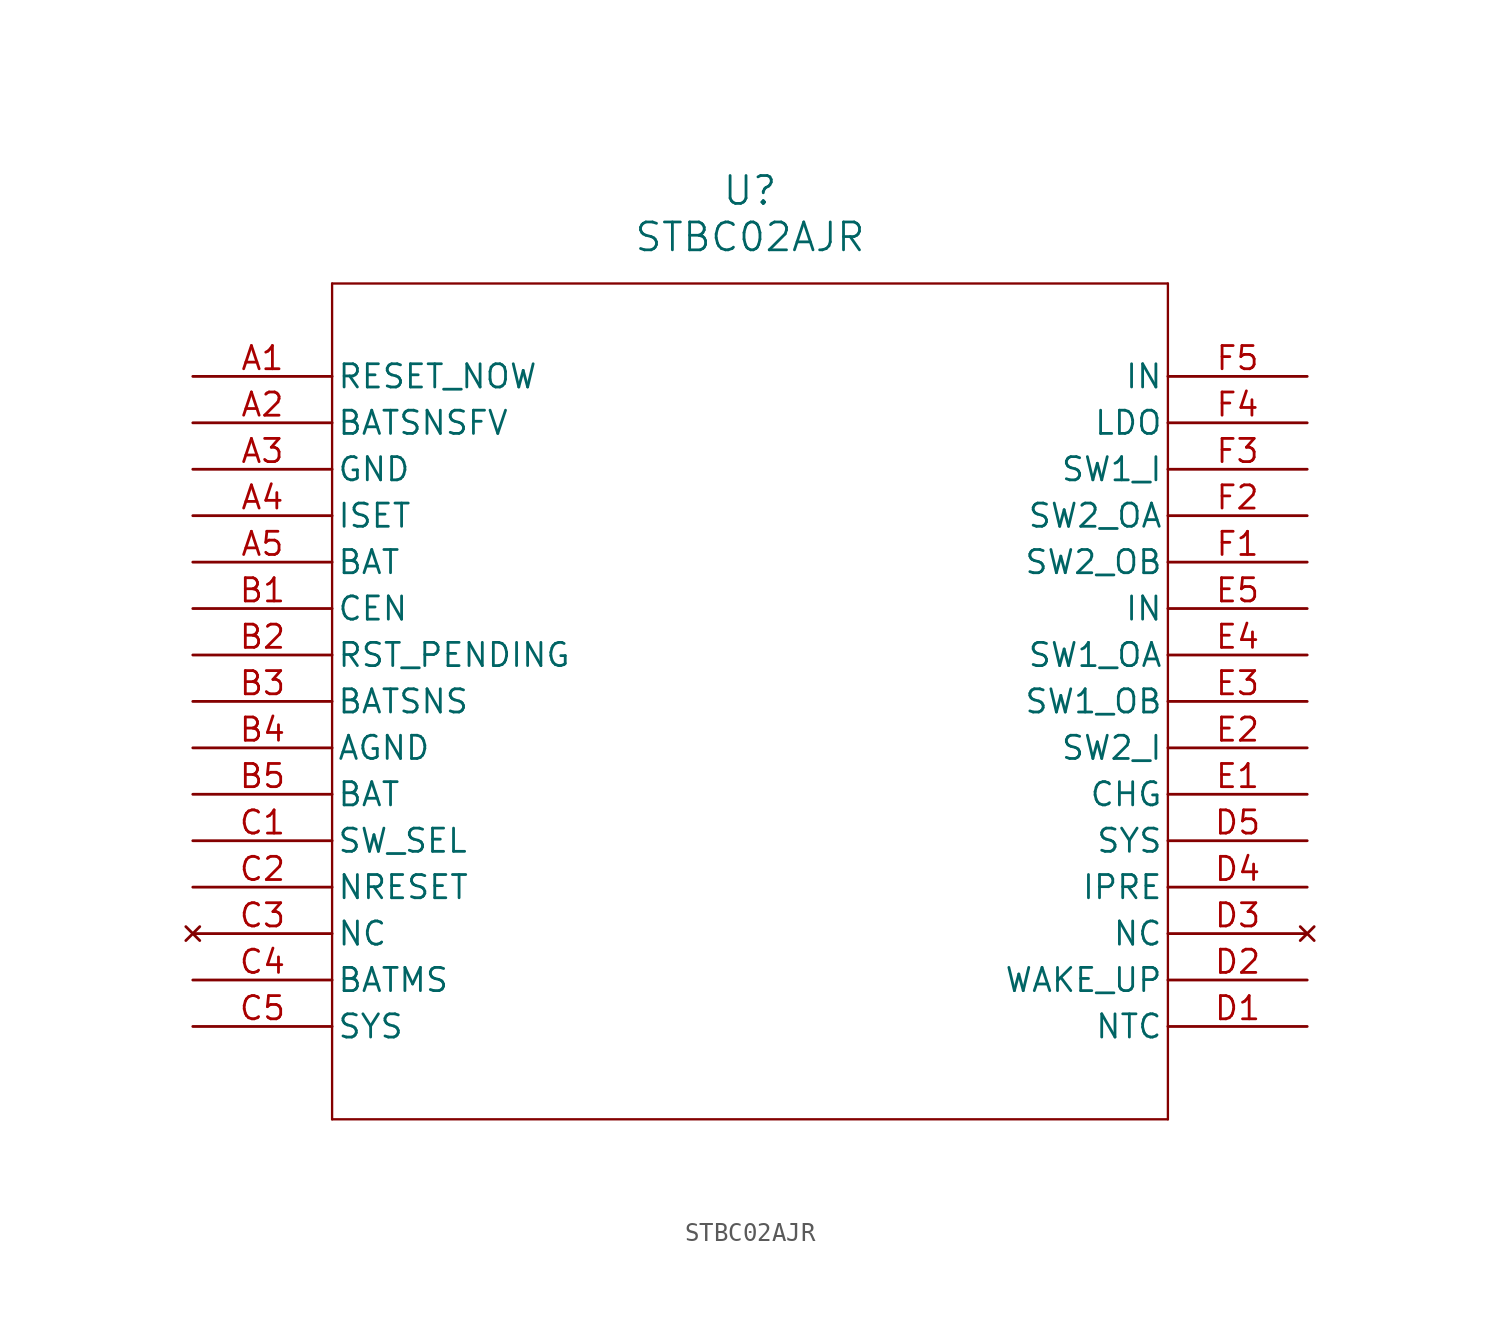
<source format=kicad_sym>
(kicad_symbol_lib
  (version 20211014)
  (generator kicad_symbol_editor)
  (symbol "STBC02AJR"
    (pin_names
      (offset 0.254))
    (property "Reference" "U"
      (at 30.48 10.16 0)
      (effects (font (size 1.524 1.524))))
    (property "Value" "STBC02AJR"
      (at 30.48 7.62 0)
      (effects (font (size 1.524 1.524))))
    (symbol "STBC02AJR_0_1"
      (polyline (pts (xy 7.62 5.08) (xy 7.62 -40.64)) (stroke (width 0.127) (type default) (color 0 0 0 0)) (fill (type none)))
      (polyline (pts (xy 7.62 -40.64) (xy 53.34 -40.64)) (stroke (width 0.127) (type default) (color 0 0 0 0)) (fill (type none)))
      (polyline (pts (xy 53.34 -40.64) (xy 53.34 5.08)) (stroke (width 0.127) (type default) (color 0 0 0 0)) (fill (type none)))
      (polyline (pts (xy 53.34 5.08) (xy 7.62 5.08)) (stroke (width 0.127) (type default) (color 0 0 0 0)) (fill (type none)))
      (pin input line (at 0 0 0) (length 7.62) (name "RESET_NOW" (effects (font (size 1.27 1.27)))) (number "A1" (effects (font (size 1.27 1.27)))))
      (pin unspecified line (at 0 -2.54 0) (length 7.62) (name "BATSNSFV" (effects (font (size 1.27 1.27)))) (number "A2" (effects (font (size 1.27 1.27)))))
      (pin power_out line (at 0 -5.08 0) (length 7.62) (name "GND" (effects (font (size 1.27 1.27)))) (number "A3" (effects (font (size 1.27 1.27)))))
      (pin input line (at 0 -7.62 0) (length 7.62) (name "ISET" (effects (font (size 1.27 1.27)))) (number "A4" (effects (font (size 1.27 1.27)))))
      (pin power_in line (at 0 -10.16 0) (length 7.62) (name "BAT" (effects (font (size 1.27 1.27)))) (number "A5" (effects (font (size 1.27 1.27)))))
      (pin input line (at 0 -12.7 0) (length 7.62) (name "CEN" (effects (font (size 1.27 1.27)))) (number "B1" (effects (font (size 1.27 1.27)))))
      (pin output line (at 0 -15.24 0) (length 7.62) (name "RST_PENDING" (effects (font (size 1.27 1.27)))) (number "B2" (effects (font (size 1.27 1.27)))))
      (pin unspecified line (at 0 -17.78 0) (length 7.62) (name "BATSNS" (effects (font (size 1.27 1.27)))) (number "B3" (effects (font (size 1.27 1.27)))))
      (pin power_out line (at 0 -20.32 0) (length 7.62) (name "AGND" (effects (font (size 1.27 1.27)))) (number "B4" (effects (font (size 1.27 1.27)))))
      (pin power_in line (at 0 -22.86 0) (length 7.62) (name "BAT" (effects (font (size 1.27 1.27)))) (number "B5" (effects (font (size 1.27 1.27)))))
      (pin input line (at 0 -25.4 0) (length 7.62) (name "SW_SEL" (effects (font (size 1.27 1.27)))) (number "C1" (effects (font (size 1.27 1.27)))))
      (pin output line (at 0 -27.94 0) (length 7.62) (name "NRESET" (effects (font (size 1.27 1.27)))) (number "C2" (effects (font (size 1.27 1.27)))))
      (pin no_connect line (at 0 -30.48 0) (length 7.62) (name "NC" (effects (font (size 1.27 1.27)))) (number "C3" (effects (font (size 1.27 1.27)))))
      (pin unspecified line (at 0 -33.02 0) (length 7.62) (name "BATMS" (effects (font (size 1.27 1.27)))) (number "C4" (effects (font (size 1.27 1.27)))))
      (pin power_in line (at 0 -35.56 0) (length 7.62) (name "SYS" (effects (font (size 1.27 1.27)))) (number "C5" (effects (font (size 1.27 1.27)))))
      (pin power_in line (at 60.96 -35.56 180) (length 7.62) (name "NTC" (effects (font (size 1.27 1.27)))) (number "D1" (effects (font (size 1.27 1.27)))))
      (pin input line (at 60.96 -33.02 180) (length 7.62) (name "WAKE_UP" (effects (font (size 1.27 1.27)))) (number "D2" (effects (font (size 1.27 1.27)))))
      (pin no_connect line (at 60.96 -30.48 180) (length 7.62) (name "NC" (effects (font (size 1.27 1.27)))) (number "D3" (effects (font (size 1.27 1.27)))))
      (pin input line (at 60.96 -27.94 180) (length 7.62) (name "IPRE" (effects (font (size 1.27 1.27)))) (number "D4" (effects (font (size 1.27 1.27)))))
      (pin power_in line (at 60.96 -25.4 180) (length 7.62) (name "SYS" (effects (font (size 1.27 1.27)))) (number "D5" (effects (font (size 1.27 1.27)))))
      (pin output line (at 60.96 -22.86 180) (length 7.62) (name "CHG" (effects (font (size 1.27 1.27)))) (number "E1" (effects (font (size 1.27 1.27)))))
      (pin input line (at 60.96 -20.32 180) (length 7.62) (name "SW2_I" (effects (font (size 1.27 1.27)))) (number "E2" (effects (font (size 1.27 1.27)))))
      (pin output line (at 60.96 -17.78 180) (length 7.62) (name "SW1_OB" (effects (font (size 1.27 1.27)))) (number "E3" (effects (font (size 1.27 1.27)))))
      (pin output line (at 60.96 -15.24 180) (length 7.62) (name "SW1_OA" (effects (font (size 1.27 1.27)))) (number "E4" (effects (font (size 1.27 1.27)))))
      (pin power_in line (at 60.96 -12.7 180) (length 7.62) (name "IN" (effects (font (size 1.27 1.27)))) (number "E5" (effects (font (size 1.27 1.27)))))
      (pin output line (at 60.96 -10.16 180) (length 7.62) (name "SW2_OB" (effects (font (size 1.27 1.27)))) (number "F1" (effects (font (size 1.27 1.27)))))
      (pin output line (at 60.96 -7.62 180) (length 7.62) (name "SW2_OA" (effects (font (size 1.27 1.27)))) (number "F2" (effects (font (size 1.27 1.27)))))
      (pin input line (at 60.96 -5.08 180) (length 7.62) (name "SW1_I" (effects (font (size 1.27 1.27)))) (number "F3" (effects (font (size 1.27 1.27)))))
      (pin power_in line (at 60.96 -2.54 180) (length 7.62) (name "LDO" (effects (font (size 1.27 1.27)))) (number "F4" (effects (font (size 1.27 1.27)))))
      (pin power_in line (at 60.96 0 180) (length 7.62) (name "IN" (effects (font (size 1.27 1.27)))) (number "F5" (effects (font (size 1.27 1.27))))))))
</source>
